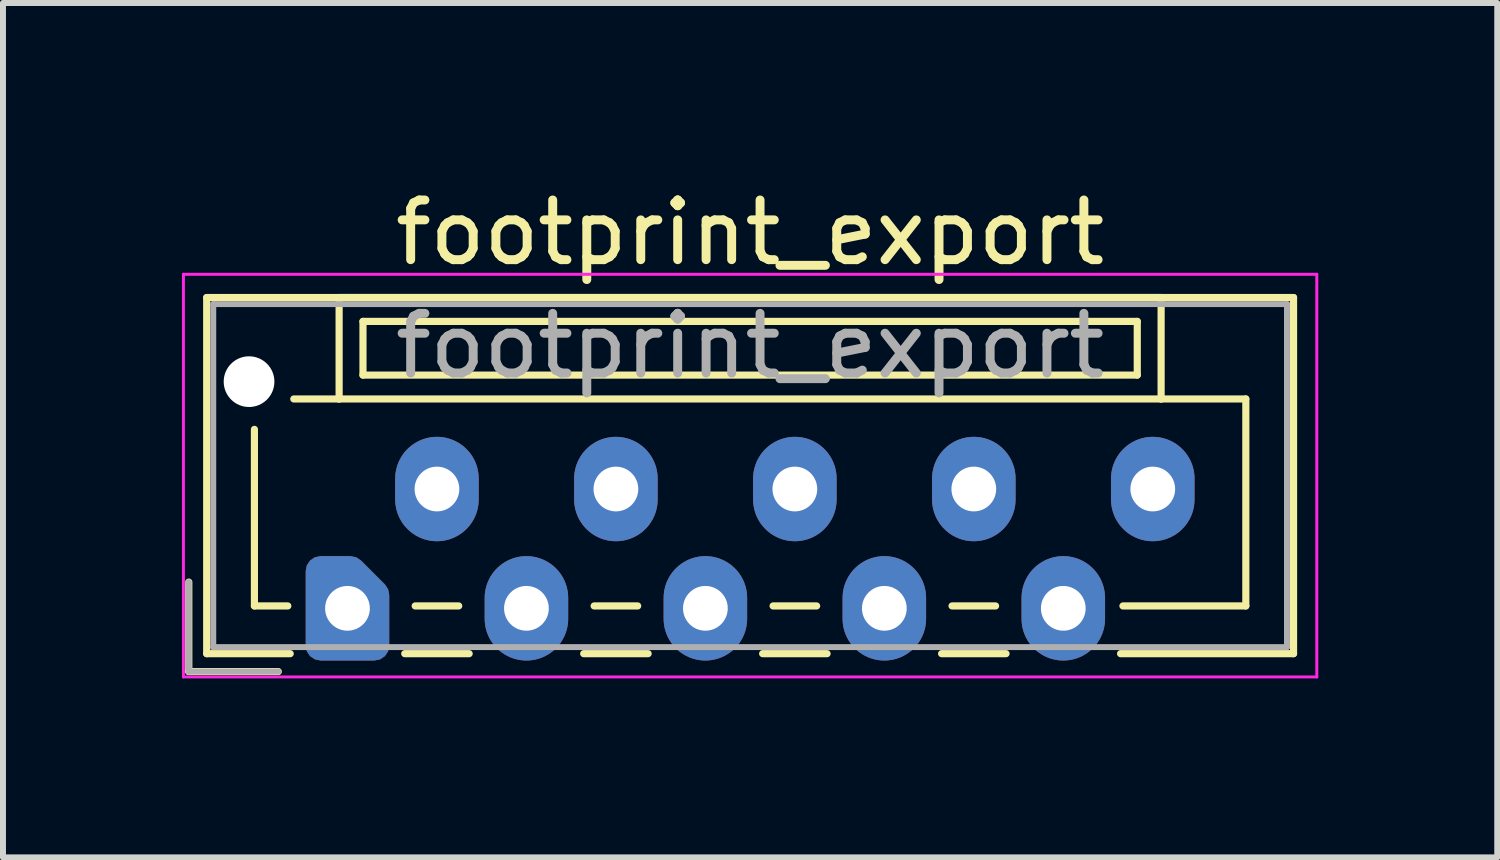
<source format=kicad_pcb>
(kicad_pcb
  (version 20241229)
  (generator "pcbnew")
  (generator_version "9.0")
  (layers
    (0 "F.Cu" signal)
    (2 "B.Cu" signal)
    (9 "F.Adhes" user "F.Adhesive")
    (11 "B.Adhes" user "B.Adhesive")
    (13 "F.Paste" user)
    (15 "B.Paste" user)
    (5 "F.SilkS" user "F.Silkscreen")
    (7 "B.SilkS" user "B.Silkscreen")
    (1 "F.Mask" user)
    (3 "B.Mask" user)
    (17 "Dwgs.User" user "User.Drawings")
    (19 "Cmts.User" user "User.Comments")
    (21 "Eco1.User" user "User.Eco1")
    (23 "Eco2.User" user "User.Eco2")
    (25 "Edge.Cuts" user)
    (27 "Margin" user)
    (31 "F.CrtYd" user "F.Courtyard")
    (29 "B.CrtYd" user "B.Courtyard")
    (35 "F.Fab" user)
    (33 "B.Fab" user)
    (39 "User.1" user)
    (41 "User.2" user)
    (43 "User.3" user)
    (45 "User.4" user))
  (footprint "footprint_export"
    (layer "F.Cu")
    (at 2.775 7.148)
    (property "Reference" "footprint_export" (at 6.75 -6.3 0) (layer "F.SilkS") (effects (font (size 1 1) (thickness 0.15))))
    (attr through_hole)
    (fp_line (start -2.66 -0.44) (end -2.66 1.06) (stroke (width 0.12) (type solid)) (layer "F.SilkS"))
    (fp_line (start -2.66 1.06) (end -1.16 1.06) (stroke (width 0.12) (type solid)) (layer "F.SilkS"))
    (fp_line (start -2.36 -5.21) (end 15.86 -5.21) (stroke (width 0.12) (type solid)) (layer "F.SilkS"))
    (fp_line (start -2.36 0.76) (end -2.36 -5.21) (stroke (width 0.12) (type solid)) (layer "F.SilkS"))
    (fp_line (start -1.56 -3) (end -1.56 -0.04) (stroke (width 0.12) (type solid)) (layer "F.SilkS"))
    (fp_line (start -1.56 -0.04) (end -1 -0.04) (stroke (width 0.12) (type solid)) (layer "F.SilkS"))
    (fp_line (start -0.96 0.76) (end -2.36 0.76) (stroke (width 0.12) (type solid)) (layer "F.SilkS"))
    (fp_line (start -0.14 -5.21) (end -0.14 -3.51) (stroke (width 0.12) (type solid)) (layer "F.SilkS"))
    (fp_line (start -0.14 -3.51) (end -0.9 -3.51) (stroke (width 0.12) (type solid)) (layer "F.SilkS"))
    (fp_line (start -0.14 -3.51) (end 13.64 -3.51) (stroke (width 0.12) (type solid)) (layer "F.SilkS"))
    (fp_line (start 0.26 -4.81) (end 0.26 -3.91) (stroke (width 0.12) (type solid)) (layer "F.SilkS"))
    (fp_line (start 0.26 -3.91) (end 13.24 -3.91) (stroke (width 0.12) (type solid)) (layer "F.SilkS"))
    (fp_line (start 0.96 0.76) (end 2.04 0.76) (stroke (width 0.12) (type solid)) (layer "F.SilkS"))
    (fp_line (start 1.135 -0.04) (end 1.865 -0.04) (stroke (width 0.12) (type solid)) (layer "F.SilkS"))
    (fp_line (start 3.96 0.76) (end 5.04 0.76) (stroke (width 0.12) (type solid)) (layer "F.SilkS"))
    (fp_line (start 4.135 -0.04) (end 4.865 -0.04) (stroke (width 0.12) (type solid)) (layer "F.SilkS"))
    (fp_line (start 6.96 0.76) (end 8.04 0.76) (stroke (width 0.12) (type solid)) (layer "F.SilkS"))
    (fp_line (start 7.135 -0.04) (end 7.865 -0.04) (stroke (width 0.12) (type solid)) (layer "F.SilkS"))
    (fp_line (start 9.96 0.76) (end 11.04 0.76) (stroke (width 0.12) (type solid)) (layer "F.SilkS"))
    (fp_line (start 10.135 -0.04) (end 10.865 -0.04) (stroke (width 0.12) (type solid)) (layer "F.SilkS"))
    (fp_line (start 13.24 -4.81) (end 0.26 -4.81) (stroke (width 0.12) (type solid)) (layer "F.SilkS"))
    (fp_line (start 13.24 -3.91) (end 13.24 -4.81) (stroke (width 0.12) (type solid)) (layer "F.SilkS"))
    (fp_line (start 13.64 -5.21) (end -0.14 -5.21) (stroke (width 0.12) (type solid)) (layer "F.SilkS"))
    (fp_line (start 13.64 -3.51) (end 13.64 -5.21) (stroke (width 0.12) (type solid)) (layer "F.SilkS"))
    (fp_line (start 13.64 -3.51) (end 15.06 -3.51) (stroke (width 0.12) (type solid)) (layer "F.SilkS"))
    (fp_line (start 15.06 -3.51) (end 15.06 -0.04) (stroke (width 0.12) (type solid)) (layer "F.SilkS"))
    (fp_line (start 15.06 -0.04) (end 13 -0.04) (stroke (width 0.12) (type solid)) (layer "F.SilkS"))
    (fp_line (start 15.86 -5.21) (end 15.86 0.76) (stroke (width 0.12) (type solid)) (layer "F.SilkS"))
    (fp_line (start 15.86 0.76) (end 12.96 0.76) (stroke (width 0.12) (type solid)) (layer "F.SilkS"))
    (fp_line (start -2.75 -5.6) (end -2.75 1.15) (stroke (width 0.05) (type solid)) (layer "F.CrtYd"))
    (fp_line (start -2.75 1.15) (end 16.25 1.15) (stroke (width 0.05) (type solid)) (layer "F.CrtYd"))
    (fp_line (start 16.25 -5.6) (end -2.75 -5.6) (stroke (width 0.05) (type solid)) (layer "F.CrtYd"))
    (fp_line (start 16.25 1.15) (end 16.25 -5.6) (stroke (width 0.05) (type solid)) (layer "F.CrtYd"))
    (fp_line (start -2.66 -0.44) (end -2.66 1.06) (stroke (width 0.1) (type solid)) (layer "F.Fab"))
    (fp_line (start -2.66 1.06) (end -1.16 1.06) (stroke (width 0.1) (type solid)) (layer "F.Fab"))
    (fp_line (start -2.25 -5.1) (end -2.25 0.65) (stroke (width 0.1) (type solid)) (layer "F.Fab"))
    (fp_line (start -2.25 0.65) (end 15.75 0.65) (stroke (width 0.1) (type solid)) (layer "F.Fab"))
    (fp_line (start 15.75 -5.1) (end -2.25 -5.1) (stroke (width 0.1) (type solid)) (layer "F.Fab"))
    (fp_line (start 15.75 0.65) (end 15.75 -5.1) (stroke (width 0.1) (type solid)) (layer "F.Fab"))
    (fp_text user "${REFERENCE}" (at 6.75 -4.4 0) (layer "F.Fab") (effects (font (size 1 1) (thickness 0.15))))
    (pad "" np_thru_hole circle (at -1.65 -3.8) (size 0.85 0.85) (drill 0.85) (layers "*.Cu" "*.Mask"))
    (pad "1" thru_hole custom (at 0 0) (size 1.117 1.117) (drill 0.75) (layers "*.Cu" "*.Mask") (options (anchor circle)) (primitives (gr_poly (pts (xy 0.45 -0.225) (xy 0.45 0.625) (xy -0.45 0.625) (xy -0.45 -0.625) (xy 0.05 -0.625)) (width 0.5) (fill yes))))
    (pad "2" thru_hole oval (at 1.5 -2) (size 1.4 1.75) (drill 0.75) (layers "*.Cu" "*.Mask"))
    (pad "3" thru_hole oval (at 3 0) (size 1.4 1.75) (drill 0.75) (layers "*.Cu" "*.Mask"))
    (pad "4" thru_hole oval (at 4.5 -2) (size 1.4 1.75) (drill 0.75) (layers "*.Cu" "*.Mask"))
    (pad "5" thru_hole oval (at 6 0) (size 1.4 1.75) (drill 0.75) (layers "*.Cu" "*.Mask"))
    (pad "6" thru_hole oval (at 7.5 -2) (size 1.4 1.75) (drill 0.75) (layers "*.Cu" "*.Mask"))
    (pad "7" thru_hole oval (at 9 0) (size 1.4 1.75) (drill 0.75) (layers "*.Cu" "*.Mask"))
    (pad "8" thru_hole oval (at 10.5 -2) (size 1.4 1.75) (drill 0.75) (layers "*.Cu" "*.Mask"))
    (pad "9" thru_hole oval (at 12 0) (size 1.4 1.75) (drill 0.75) (layers "*.Cu" "*.Mask"))
    (pad "10" thru_hole oval (at 13.5 -2) (size 1.4 1.75) (drill 0.75) (layers "*.Cu" "*.Mask")))
  (gr_rect
    (start -3 -3)
    (end 22.05 11.323)
    (stroke (width 0.1) (type default))
    (fill no)
    (layer "Edge.Cuts")))
</source>
